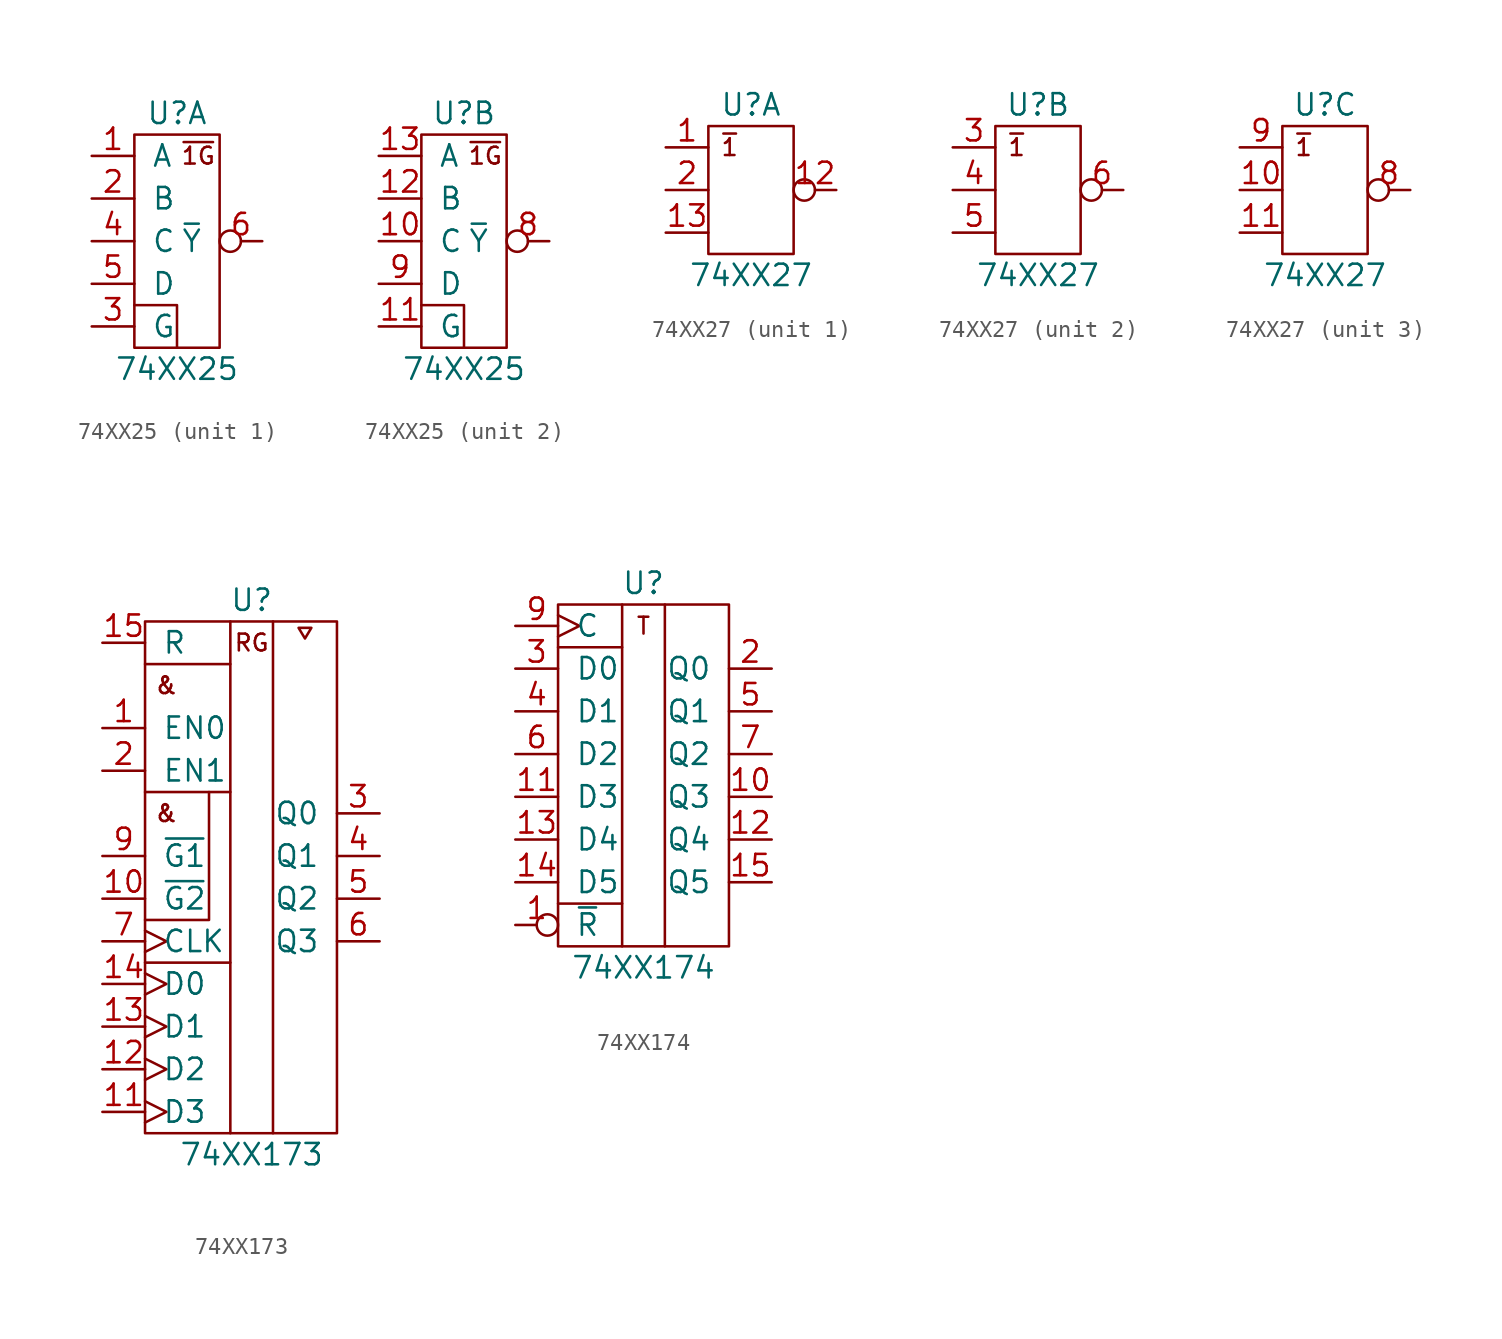
<source format=kicad_sym>
(kicad_symbol_lib
  (version 20211014)
  (generator kicad_symbol_editor)
  (symbol "74XX25"
    (pin_names
      (offset 1.016))
    (property "Reference" "U"
      (at 0 7.62 0)
      (effects (font (size 1.27 1.27))))
    (property "Value" "74XX25"
      (at 0 -7.62 0)
      (effects (font (size 1.27 1.27))))
    (symbol "74XX25_0_0"
      (polyline (pts (xy -2.54 -3.81) (xy 0 -3.81) (xy 0 -6.35)) (stroke (width 0) (type default) (color 0 0 0 0)) (fill (type none)))
      (text "~{1G}" (at 1.27 5.08 0) (effects (font (size 1 1)))))
    (symbol "74XX25_0_1"
      (rectangle (start -2.54 -6.35) (end 2.54 6.35) (stroke (width 0) (type default) (color 0 0 0 0)) (fill (type none)))
      (pin power_in line (at 2.54 6.35 180) (length 0) hide (name "VCC" (effects (font (size 1.27 1.27)))) (number "14" (effects (font (size 1.27 1.27)))))
      (pin power_in line (at 2.54 -6.35 180) (length 0) hide (name "GND" (effects (font (size 1.27 1.27)))) (number "7" (effects (font (size 1.27 1.27))))))
    (symbol "74XX25_1_1"
      (pin input line (at -5.08 5.08 0) (length 2.54) (name "A" (effects (font (size 1.27 1.27)))) (number "1" (effects (font (size 1.27 1.27)))))
      (pin input line (at -5.08 2.54 0) (length 2.54) (name "B" (effects (font (size 1.27 1.27)))) (number "2" (effects (font (size 1.27 1.27)))))
      (pin input line (at -5.08 -5.08 0) (length 2.54) (name "G" (effects (font (size 1.27 1.27)))) (number "3" (effects (font (size 1.27 1.27)))))
      (pin input line (at -5.08 0 0) (length 2.54) (name "C" (effects (font (size 1.27 1.27)))) (number "4" (effects (font (size 1.27 1.27)))))
      (pin input line (at -5.08 -2.54 0) (length 2.54) (name "D" (effects (font (size 1.27 1.27)))) (number "5" (effects (font (size 1.27 1.27)))))
      (pin output inverted (at 5.08 0 180) (length 2.54) (name "~{Y}" (effects (font (size 1.27 1.27)))) (number "6" (effects (font (size 1.27 1.27))))))
    (symbol "74XX25_2_1"
      (pin input line (at -5.08 0 0) (length 2.54) (name "C" (effects (font (size 1.27 1.27)))) (number "10" (effects (font (size 1.27 1.27)))))
      (pin input line (at -5.08 -5.08 0) (length 2.54) (name "G" (effects (font (size 1.27 1.27)))) (number "11" (effects (font (size 1.27 1.27)))))
      (pin input line (at -5.08 2.54 0) (length 2.54) (name "B" (effects (font (size 1.27 1.27)))) (number "12" (effects (font (size 1.27 1.27)))))
      (pin input line (at -5.08 5.08 0) (length 2.54) (name "A" (effects (font (size 1.27 1.27)))) (number "13" (effects (font (size 1.27 1.27)))))
      (pin output inverted (at 5.08 0 180) (length 2.54) (name "~{Y}" (effects (font (size 1.27 1.27)))) (number "8" (effects (font (size 1.27 1.27)))))
      (pin input line (at -5.08 -2.54 0) (length 2.54) (name "D" (effects (font (size 1.27 1.27)))) (number "9" (effects (font (size 1.27 1.27)))))))
  (symbol "74XX27"
    (pin_names
      (offset 1.016) hide)
    (property "Reference" "U"
      (at 0 5.08 0)
      (effects (font (size 1.27 1.27))))
    (property "Value" "74XX27"
      (at 0 -5.08 0)
      (effects (font (size 1.27 1.27))))
    (symbol "74XX27_0_0"
      (rectangle (start -2.54 -3.81) (end 2.54 3.81) (stroke (width 0) (type default) (color 0 0 0 0)) (fill (type none)))
      (text "~{1}" (at -1.27 2.54 0) (effects (font (size 1 1)))))
    (symbol "74XX27_0_1"
      (pin power_in line (at 2.54 -3.81 180) (length 0) hide (name "GND" (effects (font (size 1.27 1.27)))) (number "10" (effects (font (size 1.27 1.27)))))
      (pin power_in line (at 2.54 3.81 180) (length 0) hide (name "VCC" (effects (font (size 1.27 1.27)))) (number "14" (effects (font (size 1.27 1.27))))))
    (symbol "74XX27_1_1"
      (pin input line (at -5.08 2.54 0) (length 2.54) (name "A" (effects (font (size 1.27 1.27)))) (number "1" (effects (font (size 1.27 1.27)))))
      (pin output inverted (at 5.08 0 180) (length 2.54) (name "~{Y}" (effects (font (size 1.27 1.27)))) (number "12" (effects (font (size 1.27 1.27)))))
      (pin input line (at -5.08 -2.54 0) (length 2.54) (name "C" (effects (font (size 1.27 1.27)))) (number "13" (effects (font (size 1.27 1.27)))))
      (pin input line (at -5.08 0 0) (length 2.54) (name "B" (effects (font (size 1.27 1.27)))) (number "2" (effects (font (size 1.27 1.27))))))
    (symbol "74XX27_2_1"
      (pin input line (at -5.08 2.54 0) (length 2.54) (name "A" (effects (font (size 1.27 1.27)))) (number "3" (effects (font (size 1.27 1.27)))))
      (pin input line (at -5.08 0 0) (length 2.54) (name "B" (effects (font (size 1.27 1.27)))) (number "4" (effects (font (size 1.27 1.27)))))
      (pin input line (at -5.08 -2.54 0) (length 2.54) (name "C" (effects (font (size 1.27 1.27)))) (number "5" (effects (font (size 1.27 1.27)))))
      (pin output inverted (at 5.08 0 180) (length 2.54) (name "~{Y}" (effects (font (size 1.27 1.27)))) (number "6" (effects (font (size 1.27 1.27))))))
    (symbol "74XX27_3_1"
      (pin input line (at -5.08 0 0) (length 2.54) (name "B" (effects (font (size 1.27 1.27)))) (number "10" (effects (font (size 1.27 1.27)))))
      (pin input line (at -5.08 -2.54 0) (length 2.54) (name "C" (effects (font (size 1.27 1.27)))) (number "11" (effects (font (size 1.27 1.27)))))
      (pin output inverted (at 5.08 0 180) (length 2.54) (name "~{Y}" (effects (font (size 1.27 1.27)))) (number "8" (effects (font (size 1.27 1.27)))))
      (pin input line (at -5.08 2.54 0) (length 2.54) (name "A" (effects (font (size 1.27 1.27)))) (number "9" (effects (font (size 1.27 1.27)))))))
  (symbol "74XX173"
    (pin_names
      (offset 1.016))
    (property "Reference" "U"
      (at 0 16.51 0)
      (effects (font (size 1.27 1.27))))
    (property "Value" "74XX173"
      (at 0 -16.51 0)
      (effects (font (size 1.27 1.27))))
    (symbol "74XX173_0_0"
      (rectangle (start -6.35 -15.24) (end 5.08 15.24) (stroke (width 0) (type default) (color 0 0 0 0)) (fill (type none)))
      (polyline (pts (xy -6.35 -5.08) (xy -1.27 -5.08)) (stroke (width 0) (type default) (color 0 0 0 0)) (fill (type none)))
      (polyline (pts (xy -6.35 5.08) (xy -1.27 5.08)) (stroke (width 0) (type default) (color 0 0 0 0)) (fill (type none)))
      (polyline (pts (xy -6.35 12.7) (xy -1.27 12.7)) (stroke (width 0) (type default) (color 0 0 0 0)) (fill (type none)))
      (polyline (pts (xy -1.27 15.24) (xy -1.27 -15.24)) (stroke (width 0) (type default) (color 0 0 0 0)) (fill (type none)))
      (polyline (pts (xy -6.35 -2.54) (xy -2.54 -2.54) (xy -2.54 5.08)) (stroke (width 0) (type default) (color 0 0 0 0)) (fill (type none)))
      (polyline (pts (xy 1.27 -15.24) (xy 1.27 12.7) (xy 1.27 15.24)) (stroke (width 0) (type default) (color 0 0 0 0)) (fill (type none)))
      (text "&" (at -5.08 3.81 0) (effects (font (size 1 1))))
      (text "&" (at -5.08 11.43 0) (effects (font (size 1 1))))
      (text "RG" (at 0 13.97 0) (effects (font (size 1 1)))))
    (symbol "74XX173_0_1"
      (polyline (pts (xy 3.175 14.224) (xy 2.794 14.859) (xy 3.556 14.859) (xy 3.175 14.224)) (stroke (width 0) (type default) (color 0 0 0 0)) (fill (type none)))
      (pin power_in line (at 5.08 15.24 180) (length 0) hide (name "VCC" (effects (font (size 1.27 1.27)))) (number "16" (effects (font (size 1.27 1.27)))))
      (pin power_in line (at 5.08 -15.24 180) (length 0) hide (name "GND" (effects (font (size 1.27 1.27)))) (number "8" (effects (font (size 1.27 1.27))))))
    (symbol "74XX173_1_1"
      (pin input line (at -8.89 8.89 0) (length 2.54) (name "EN0" (effects (font (size 1.27 1.27)))) (number "1" (effects (font (size 1.27 1.27)))))
      (pin input line (at -8.89 -1.27 0) (length 2.54) (name "~{G2}" (effects (font (size 1.27 1.27)))) (number "10" (effects (font (size 1.27 1.27)))))
      (pin input clock (at -8.89 -13.97 0) (length 2.54) (name "D3" (effects (font (size 1.27 1.27)))) (number "11" (effects (font (size 1.27 1.27)))))
      (pin input clock (at -8.89 -11.43 0) (length 2.54) (name "D2" (effects (font (size 1.27 1.27)))) (number "12" (effects (font (size 1.27 1.27)))))
      (pin input clock (at -8.89 -8.89 0) (length 2.54) (name "D1" (effects (font (size 1.27 1.27)))) (number "13" (effects (font (size 1.27 1.27)))))
      (pin input clock (at -8.89 -6.35 0) (length 2.54) (name "D0" (effects (font (size 1.27 1.27)))) (number "14" (effects (font (size 1.27 1.27)))))
      (pin input line (at -8.89 13.97 0) (length 2.54) (name "R" (effects (font (size 1.27 1.27)))) (number "15" (effects (font (size 1.27 1.27)))))
      (pin input line (at -8.89 6.35 0) (length 2.54) (name "EN1" (effects (font (size 1.27 1.27)))) (number "2" (effects (font (size 1.27 1.27)))))
      (pin tri_state line (at 7.62 3.81 180) (length 2.54) (name "Q0" (effects (font (size 1.27 1.27)))) (number "3" (effects (font (size 1.27 1.27)))))
      (pin tri_state line (at 7.62 1.27 180) (length 2.54) (name "Q1" (effects (font (size 1.27 1.27)))) (number "4" (effects (font (size 1.27 1.27)))))
      (pin tri_state line (at 7.62 -1.27 180) (length 2.54) (name "Q2" (effects (font (size 1.27 1.27)))) (number "5" (effects (font (size 1.27 1.27)))))
      (pin tri_state line (at 7.62 -3.81 180) (length 2.54) (name "Q3" (effects (font (size 1.27 1.27)))) (number "6" (effects (font (size 1.27 1.27)))))
      (pin input clock (at -8.89 -3.81 0) (length 2.54) (name "CLK" (effects (font (size 1.27 1.27)))) (number "7" (effects (font (size 1.27 1.27)))))
      (pin input line (at -8.89 1.27 0) (length 2.54) (name "~{G1}" (effects (font (size 1.27 1.27)))) (number "9" (effects (font (size 1.27 1.27)))))))
  (symbol "74XX174"
    (pin_names
      (offset 1.016))
    (property "Reference" "U"
      (at 0 11.43 0)
      (effects (font (size 1.27 1.27))))
    (property "Value" "74XX174"
      (at 0 -11.43 0)
      (effects (font (size 1.27 1.27))))
    (symbol "74XX174_0_0"
      (rectangle (start -5.08 -10.16) (end 5.08 10.16) (stroke (width 0) (type default) (color 0 0 0 0)) (fill (type none)))
      (polyline (pts (xy -5.08 -7.62) (xy -1.27 -7.62)) (stroke (width 0) (type default) (color 0 0 0 0)) (fill (type none)))
      (polyline (pts (xy -5.08 7.62) (xy -1.27 7.62)) (stroke (width 0) (type default) (color 0 0 0 0)) (fill (type none)))
      (polyline (pts (xy -1.27 -10.16) (xy -1.27 10.16)) (stroke (width 0) (type default) (color 0 0 0 0)) (fill (type none)))
      (polyline (pts (xy 1.27 -10.16) (xy 1.27 10.16)) (stroke (width 0) (type default) (color 0 0 0 0)) (fill (type none)))
      (text "T" (at 0 8.89 0) (effects (font (size 1 1)))))
    (symbol "74XX174_0_1"
      (pin power_in line (at 5.08 10.16 180) (length 0) hide (name "VCC" (effects (font (size 1.27 1.27)))) (number "16" (effects (font (size 1.27 1.27)))))
      (pin power_in line (at 5.08 -10.16 180) (length 0) hide (name "GND" (effects (font (size 1.27 1.27)))) (number "8" (effects (font (size 1.27 1.27))))))
    (symbol "74XX174_1_1"
      (pin input inverted (at -7.62 -8.89 0) (length 2.54) (name "~{R}" (effects (font (size 1.27 1.27)))) (number "1" (effects (font (size 1.27 1.27)))))
      (pin output line (at 7.62 -1.27 180) (length 2.54) (name "Q3" (effects (font (size 1.27 1.27)))) (number "10" (effects (font (size 1.27 1.27)))))
      (pin input line (at -7.62 -1.27 0) (length 2.54) (name "D3" (effects (font (size 1.27 1.27)))) (number "11" (effects (font (size 1.27 1.27)))))
      (pin output line (at 7.62 -3.81 180) (length 2.54) (name "Q4" (effects (font (size 1.27 1.27)))) (number "12" (effects (font (size 1.27 1.27)))))
      (pin input line (at -7.62 -3.81 0) (length 2.54) (name "D4" (effects (font (size 1.27 1.27)))) (number "13" (effects (font (size 1.27 1.27)))))
      (pin input line (at -7.62 -6.35 0) (length 2.54) (name "D5" (effects (font (size 1.27 1.27)))) (number "14" (effects (font (size 1.27 1.27)))))
      (pin output line (at 7.62 -6.35 180) (length 2.54) (name "Q5" (effects (font (size 1.27 1.27)))) (number "15" (effects (font (size 1.27 1.27)))))
      (pin output line (at 7.62 6.35 180) (length 2.54) (name "Q0" (effects (font (size 1.27 1.27)))) (number "2" (effects (font (size 1.27 1.27)))))
      (pin input line (at -7.62 6.35 0) (length 2.54) (name "D0" (effects (font (size 1.27 1.27)))) (number "3" (effects (font (size 1.27 1.27)))))
      (pin input line (at -7.62 3.81 0) (length 2.54) (name "D1" (effects (font (size 1.27 1.27)))) (number "4" (effects (font (size 1.27 1.27)))))
      (pin output line (at 7.62 3.81 180) (length 2.54) (name "Q1" (effects (font (size 1.27 1.27)))) (number "5" (effects (font (size 1.27 1.27)))))
      (pin input line (at -7.62 1.27 0) (length 2.54) (name "D2" (effects (font (size 1.27 1.27)))) (number "6" (effects (font (size 1.27 1.27)))))
      (pin output line (at 7.62 1.27 180) (length 2.54) (name "Q2" (effects (font (size 1.27 1.27)))) (number "7" (effects (font (size 1.27 1.27)))))
      (pin input clock (at -7.62 8.89 0) (length 2.54) (name "C" (effects (font (size 1.27 1.27)))) (number "9" (effects (font (size 1.27 1.27))))))))
</source>
